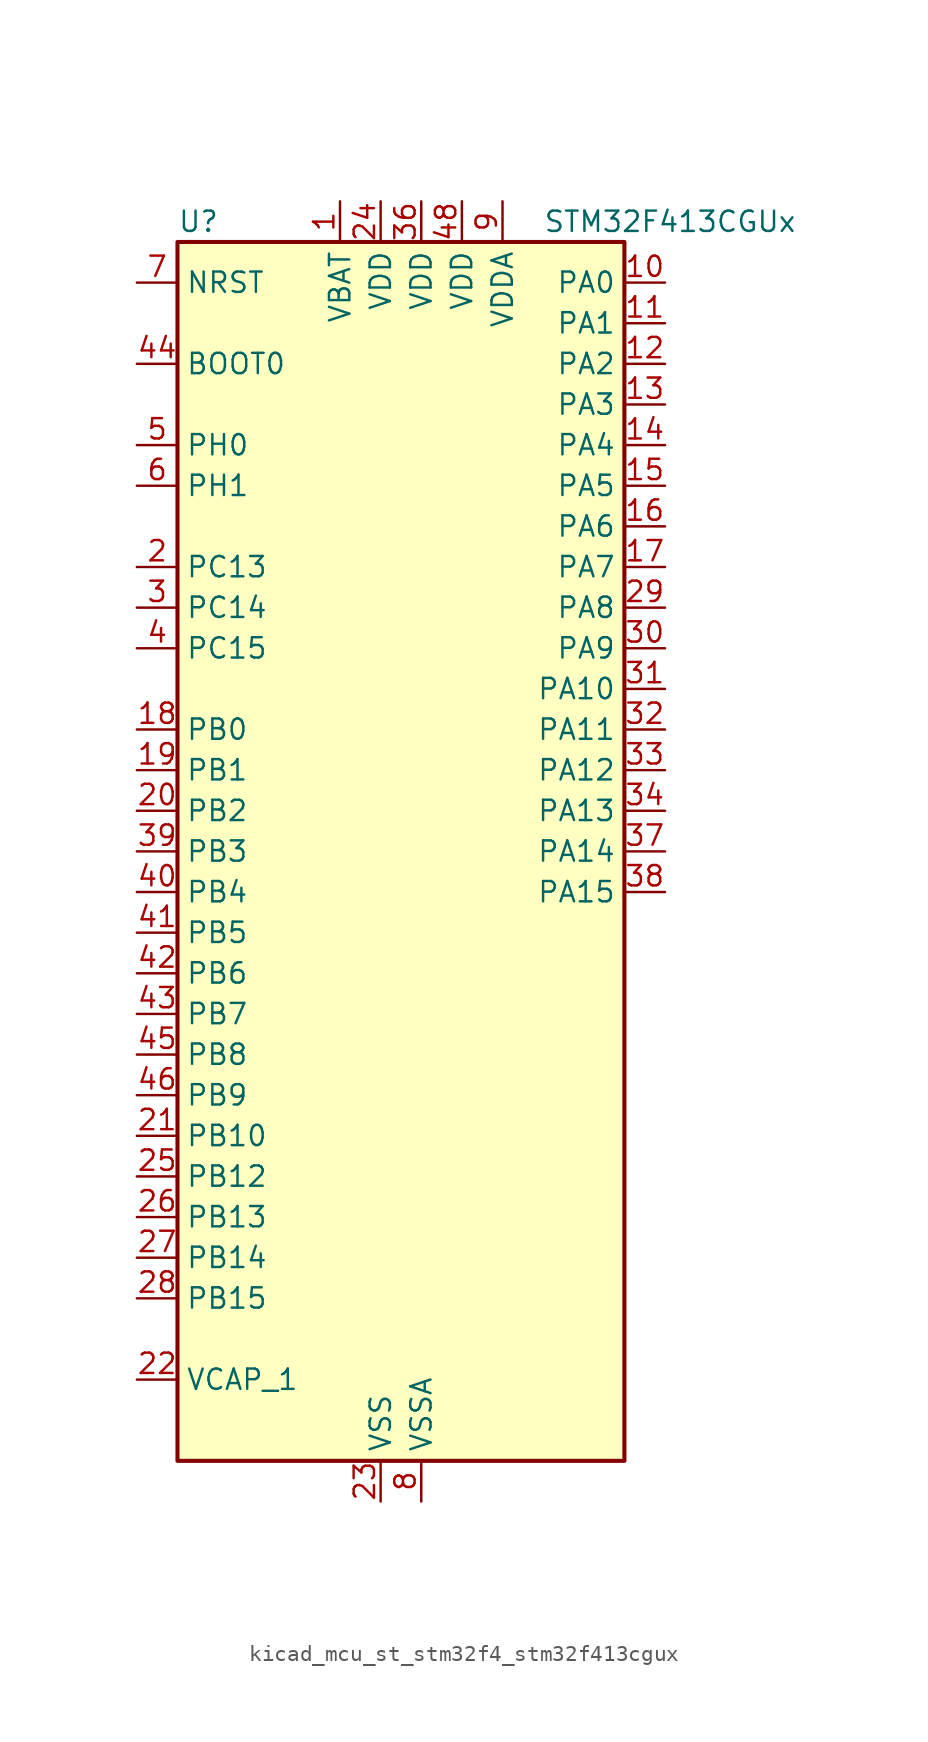
<source format=kicad_sym>
(kicad_symbol_lib
  (version 20220914)
  (generator kicad_symbol_editor)
  (symbol "kicad_mcu_st_stm32f4_stm32f413cgux"
    (property "Reference" "U"
      (at -12.7 39.37 0)
      (effects (font (size 1.27 1.27)) (justify left)))
    (property "Value" "STM32F413CGUx"
      (at 10.16 39.37 0)
      (effects (font (size 1.27 1.27)) (justify left)))
    (property "ki_locked" ""
      (at 0 0 0)
      (effects (font (size 1.27 1.27))))
    (symbol "kicad_mcu_st_stm32f4_stm32f413cgux_0_1"
      (rectangle (start -12.7 -38.1) (end 15.24 38.1) (stroke (width 0.254) (type default)) (fill (type background))))
    (symbol "kicad_mcu_st_stm32f4_stm32f413cgux_1_1"
      (pin power_in line (at -2.54 40.64 270) (length 2.54) (name "VBAT" (effects (font (size 1.27 1.27)))) (number "1" (effects (font (size 1.27 1.27)))))
      (pin bidirectional line (at 17.78 35.56 180) (length 2.54) (name "PA0" (effects (font (size 1.27 1.27)))) (number "10" (effects (font (size 1.27 1.27)))) (alternate "ADC1_IN0" bidirectional line) (alternate "SYS_WKUP1" bidirectional line) (alternate "TIM2_CH1" bidirectional line) (alternate "TIM2_ETR" bidirectional line) (alternate "TIM5_CH1" bidirectional line) (alternate "TIM8_ETR" bidirectional line) (alternate "UART4_TX" bidirectional line) (alternate "USART2_CTS" bidirectional line))
      (pin bidirectional line (at 17.78 33.02 180) (length 2.54) (name "PA1" (effects (font (size 1.27 1.27)))) (number "11" (effects (font (size 1.27 1.27)))) (alternate "ADC1_IN1" bidirectional line) (alternate "I2S4_SD" bidirectional line) (alternate "SPI4_MOSI" bidirectional line) (alternate "TIM2_CH2" bidirectional line) (alternate "TIM5_CH2" bidirectional line) (alternate "UART4_RX" bidirectional line) (alternate "USART2_RTS" bidirectional line))
      (pin bidirectional line (at 17.78 30.48 180) (length 2.54) (name "PA2" (effects (font (size 1.27 1.27)))) (number "12" (effects (font (size 1.27 1.27)))) (alternate "ADC1_IN2" bidirectional line) (alternate "I2S_CKIN" bidirectional line) (alternate "TIM2_CH3" bidirectional line) (alternate "TIM5_CH3" bidirectional line) (alternate "TIM9_CH1" bidirectional line) (alternate "USART2_TX" bidirectional line))
      (pin bidirectional line (at 17.78 27.94 180) (length 2.54) (name "PA3" (effects (font (size 1.27 1.27)))) (number "13" (effects (font (size 1.27 1.27)))) (alternate "ADC1_IN3" bidirectional line) (alternate "I2S2_MCK" bidirectional line) (alternate "SAI1_SD_B" bidirectional line) (alternate "TIM2_CH4" bidirectional line) (alternate "TIM5_CH4" bidirectional line) (alternate "TIM9_CH2" bidirectional line) (alternate "USART2_RX" bidirectional line))
      (pin bidirectional line (at 17.78 25.4 180) (length 2.54) (name "PA4" (effects (font (size 1.27 1.27)))) (number "14" (effects (font (size 1.27 1.27)))) (alternate "ADC1_IN4" bidirectional line) (alternate "DAC_OUT1" bidirectional line) (alternate "DFSDM1_DATIN1" bidirectional line) (alternate "I2S1_WS" bidirectional line) (alternate "I2S3_WS" bidirectional line) (alternate "SPI1_NSS" bidirectional line) (alternate "SPI3_NSS" bidirectional line) (alternate "USART2_CK" bidirectional line))
      (pin bidirectional line (at 17.78 22.86 180) (length 2.54) (name "PA5" (effects (font (size 1.27 1.27)))) (number "15" (effects (font (size 1.27 1.27)))) (alternate "ADC1_IN5" bidirectional line) (alternate "DAC_OUT2" bidirectional line) (alternate "DFSDM1_CKIN1" bidirectional line) (alternate "I2S1_CK" bidirectional line) (alternate "SPI1_SCK" bidirectional line) (alternate "TIM2_CH1" bidirectional line) (alternate "TIM2_ETR" bidirectional line) (alternate "TIM8_CH1N" bidirectional line))
      (pin bidirectional line (at 17.78 20.32 180) (length 2.54) (name "PA6" (effects (font (size 1.27 1.27)))) (number "16" (effects (font (size 1.27 1.27)))) (alternate "ADC1_IN6" bidirectional line) (alternate "DFSDM2_CKIN1" bidirectional line) (alternate "I2S2_MCK" bidirectional line) (alternate "SDIO_CMD" bidirectional line) (alternate "SPI1_MISO" bidirectional line) (alternate "TIM13_CH1" bidirectional line) (alternate "TIM1_BKIN" bidirectional line) (alternate "TIM3_CH1" bidirectional line) (alternate "TIM8_BKIN" bidirectional line))
      (pin bidirectional line (at 17.78 17.78 180) (length 2.54) (name "PA7" (effects (font (size 1.27 1.27)))) (number "17" (effects (font (size 1.27 1.27)))) (alternate "ADC1_IN7" bidirectional line) (alternate "DFSDM2_DATIN1" bidirectional line) (alternate "I2S1_SD" bidirectional line) (alternate "SPI1_MOSI" bidirectional line) (alternate "TIM14_CH1" bidirectional line) (alternate "TIM1_CH1N" bidirectional line) (alternate "TIM3_CH2" bidirectional line) (alternate "TIM8_CH1N" bidirectional line))
      (pin bidirectional line (at -15.24 7.62 0) (length 2.54) (name "PB0" (effects (font (size 1.27 1.27)))) (number "18" (effects (font (size 1.27 1.27)))) (alternate "ADC1_IN8" bidirectional line) (alternate "I2S5_CK" bidirectional line) (alternate "SPI5_SCK" bidirectional line) (alternate "TIM1_CH2N" bidirectional line) (alternate "TIM3_CH3" bidirectional line) (alternate "TIM8_CH2N" bidirectional line))
      (pin bidirectional line (at -15.24 5.08 0) (length 2.54) (name "PB1" (effects (font (size 1.27 1.27)))) (number "19" (effects (font (size 1.27 1.27)))) (alternate "ADC1_IN9" bidirectional line) (alternate "DFSDM1_DATIN0" bidirectional line) (alternate "I2S5_WS" bidirectional line) (alternate "SPI5_NSS" bidirectional line) (alternate "TIM1_CH3N" bidirectional line) (alternate "TIM3_CH4" bidirectional line) (alternate "TIM8_CH3N" bidirectional line))
      (pin bidirectional line (at -15.24 17.78 0) (length 2.54) (name "PC13" (effects (font (size 1.27 1.27)))) (number "2" (effects (font (size 1.27 1.27)))) (alternate "RTC_AF1" bidirectional line))
      (pin bidirectional line (at -15.24 2.54 0) (length 2.54) (name "PB2" (effects (font (size 1.27 1.27)))) (number "20" (effects (font (size 1.27 1.27)))) (alternate "DFSDM1_CKIN0" bidirectional line) (alternate "LPTIM1_OUT" bidirectional line))
      (pin bidirectional line (at -15.24 -17.78 0) (length 2.54) (name "PB10" (effects (font (size 1.27 1.27)))) (number "21" (effects (font (size 1.27 1.27)))) (alternate "DFSDM2_CKOUT" bidirectional line) (alternate "FMPI2C1_SCL" bidirectional line) (alternate "I2C2_SCL" bidirectional line) (alternate "I2S2_CK" bidirectional line) (alternate "I2S3_MCK" bidirectional line) (alternate "SDIO_D7" bidirectional line) (alternate "SPI2_SCK" bidirectional line) (alternate "TIM2_CH3" bidirectional line))
      (pin power_out line (at -15.24 -33.02 0) (length 2.54) (name "VCAP_1" (effects (font (size 1.27 1.27)))) (number "22" (effects (font (size 1.27 1.27)))))
      (pin power_in line (at 0 -40.64 90) (length 2.54) (name "VSS" (effects (font (size 1.27 1.27)))) (number "23" (effects (font (size 1.27 1.27)))))
      (pin power_in line (at 0 40.64 270) (length 2.54) (name "VDD" (effects (font (size 1.27 1.27)))) (number "24" (effects (font (size 1.27 1.27)))))
      (pin bidirectional line (at -15.24 -20.32 0) (length 2.54) (name "PB12" (effects (font (size 1.27 1.27)))) (number "25" (effects (font (size 1.27 1.27)))) (alternate "CAN2_RX" bidirectional line) (alternate "DFSDM1_DATIN1" bidirectional line) (alternate "I2C2_SMBA" bidirectional line) (alternate "I2S2_WS" bidirectional line) (alternate "I2S3_CK" bidirectional line) (alternate "I2S4_WS" bidirectional line) (alternate "SPI2_NSS" bidirectional line) (alternate "SPI3_SCK" bidirectional line) (alternate "SPI4_NSS" bidirectional line) (alternate "TIM1_BKIN" bidirectional line) (alternate "UART5_RX" bidirectional line))
      (pin bidirectional line (at -15.24 -22.86 0) (length 2.54) (name "PB13" (effects (font (size 1.27 1.27)))) (number "26" (effects (font (size 1.27 1.27)))) (alternate "CAN2_TX" bidirectional line) (alternate "DFSDM1_CKIN1" bidirectional line) (alternate "FMPI2C1_SMBA" bidirectional line) (alternate "I2S2_CK" bidirectional line) (alternate "I2S4_CK" bidirectional line) (alternate "SPI2_SCK" bidirectional line) (alternate "SPI4_SCK" bidirectional line) (alternate "TIM1_CH1N" bidirectional line) (alternate "UART5_TX" bidirectional line))
      (pin bidirectional line (at -15.24 -25.4 0) (length 2.54) (name "PB14" (effects (font (size 1.27 1.27)))) (number "27" (effects (font (size 1.27 1.27)))) (alternate "DFSDM1_DATIN2" bidirectional line) (alternate "FMPI2C1_SDA" bidirectional line) (alternate "I2S2_ext_SD" bidirectional line) (alternate "SDIO_D6" bidirectional line) (alternate "SPI2_MISO" bidirectional line) (alternate "TIM12_CH1" bidirectional line) (alternate "TIM1_CH2N" bidirectional line) (alternate "TIM8_CH2N" bidirectional line))
      (pin bidirectional line (at -15.24 -27.94 0) (length 2.54) (name "PB15" (effects (font (size 1.27 1.27)))) (number "28" (effects (font (size 1.27 1.27)))) (alternate "ADC1_EXTI15" bidirectional line) (alternate "DFSDM1_CKIN2" bidirectional line) (alternate "FMPI2C1_SCL" bidirectional line) (alternate "I2S2_SD" bidirectional line) (alternate "RTC_REFIN" bidirectional line) (alternate "SDIO_CK" bidirectional line) (alternate "SPI2_MOSI" bidirectional line) (alternate "TIM12_CH2" bidirectional line) (alternate "TIM1_CH3N" bidirectional line) (alternate "TIM8_CH3N" bidirectional line))
      (pin bidirectional line (at 17.78 15.24 180) (length 2.54) (name "PA8" (effects (font (size 1.27 1.27)))) (number "29" (effects (font (size 1.27 1.27)))) (alternate "CAN3_RX" bidirectional line) (alternate "DFSDM1_CKOUT" bidirectional line) (alternate "I2C3_SCL" bidirectional line) (alternate "RCC_MCO_1" bidirectional line) (alternate "SDIO_D1" bidirectional line) (alternate "TIM1_CH1" bidirectional line) (alternate "UART7_RX" bidirectional line) (alternate "USART1_CK" bidirectional line) (alternate "USB_OTG_FS_SOF" bidirectional line))
      (pin bidirectional line (at -15.24 15.24 0) (length 2.54) (name "PC14" (effects (font (size 1.27 1.27)))) (number "3" (effects (font (size 1.27 1.27)))) (alternate "RCC_OSC32_IN" bidirectional line))
      (pin bidirectional line (at 17.78 12.7 180) (length 2.54) (name "PA9" (effects (font (size 1.27 1.27)))) (number "30" (effects (font (size 1.27 1.27)))) (alternate "DAC_EXTI9" bidirectional line) (alternate "DFSDM2_CKIN3" bidirectional line) (alternate "I2C3_SMBA" bidirectional line) (alternate "I2S2_CK" bidirectional line) (alternate "SDIO_D2" bidirectional line) (alternate "SPI2_SCK" bidirectional line) (alternate "TIM1_CH2" bidirectional line) (alternate "USART1_TX" bidirectional line) (alternate "USB_OTG_FS_VBUS" bidirectional line))
      (pin bidirectional line (at 17.78 10.16 180) (length 2.54) (name "PA10" (effects (font (size 1.27 1.27)))) (number "31" (effects (font (size 1.27 1.27)))) (alternate "DFSDM2_DATIN3" bidirectional line) (alternate "I2S2_SD" bidirectional line) (alternate "I2S5_SD" bidirectional line) (alternate "SPI2_MOSI" bidirectional line) (alternate "SPI5_MOSI" bidirectional line) (alternate "TIM1_CH3" bidirectional line) (alternate "USART1_RX" bidirectional line) (alternate "USB_OTG_FS_ID" bidirectional line))
      (pin bidirectional line (at 17.78 7.62 180) (length 2.54) (name "PA11" (effects (font (size 1.27 1.27)))) (number "32" (effects (font (size 1.27 1.27)))) (alternate "ADC1_EXTI11" bidirectional line) (alternate "CAN1_RX" bidirectional line) (alternate "DFSDM2_CKIN5" bidirectional line) (alternate "I2S2_WS" bidirectional line) (alternate "SPI2_NSS" bidirectional line) (alternate "SPI4_MISO" bidirectional line) (alternate "TIM1_CH4" bidirectional line) (alternate "UART4_RX" bidirectional line) (alternate "USART1_CTS" bidirectional line) (alternate "USART6_TX" bidirectional line) (alternate "USB_OTG_FS_DM" bidirectional line))
      (pin bidirectional line (at 17.78 5.08 180) (length 2.54) (name "PA12" (effects (font (size 1.27 1.27)))) (number "33" (effects (font (size 1.27 1.27)))) (alternate "CAN1_TX" bidirectional line) (alternate "DFSDM2_DATIN5" bidirectional line) (alternate "SPI2_MISO" bidirectional line) (alternate "SPI5_MISO" bidirectional line) (alternate "TIM1_ETR" bidirectional line) (alternate "UART4_TX" bidirectional line) (alternate "USART1_RTS" bidirectional line) (alternate "USART6_RX" bidirectional line) (alternate "USB_OTG_FS_DP" bidirectional line))
      (pin bidirectional line (at 17.78 2.54 180) (length 2.54) (name "PA13" (effects (font (size 1.27 1.27)))) (number "34" (effects (font (size 1.27 1.27)))) (alternate "SYS_JTMS-SWDIO" bidirectional line))
      (pin passive line (at 0 -40.64 90) (length 2.54) hide (name "VSS" (effects (font (size 1.27 1.27)))) (number "35" (effects (font (size 1.27 1.27)))))
      (pin power_in line (at 2.54 40.64 270) (length 2.54) (name "VDD" (effects (font (size 1.27 1.27)))) (number "36" (effects (font (size 1.27 1.27)))))
      (pin bidirectional line (at 17.78 0 180) (length 2.54) (name "PA14" (effects (font (size 1.27 1.27)))) (number "37" (effects (font (size 1.27 1.27)))) (alternate "SYS_JTCK-SWCLK" bidirectional line))
      (pin bidirectional line (at 17.78 -2.54 180) (length 2.54) (name "PA15" (effects (font (size 1.27 1.27)))) (number "38" (effects (font (size 1.27 1.27)))) (alternate "ADC1_EXTI15" bidirectional line) (alternate "CAN3_TX" bidirectional line) (alternate "I2S1_WS" bidirectional line) (alternate "I2S3_WS" bidirectional line) (alternate "SAI1_MCLK_A" bidirectional line) (alternate "SPI1_NSS" bidirectional line) (alternate "SPI3_NSS" bidirectional line) (alternate "SYS_JTDI" bidirectional line) (alternate "TIM2_CH1" bidirectional line) (alternate "TIM2_ETR" bidirectional line) (alternate "UART7_TX" bidirectional line) (alternate "USART1_TX" bidirectional line))
      (pin bidirectional line (at -15.24 0 0) (length 2.54) (name "PB3" (effects (font (size 1.27 1.27)))) (number "39" (effects (font (size 1.27 1.27)))) (alternate "CAN3_RX" bidirectional line) (alternate "FMPI2C1_SDA" bidirectional line) (alternate "I2C2_SDA" bidirectional line) (alternate "I2S1_CK" bidirectional line) (alternate "I2S3_CK" bidirectional line) (alternate "SAI1_SD_A" bidirectional line) (alternate "SPI1_SCK" bidirectional line) (alternate "SPI3_SCK" bidirectional line) (alternate "SYS_JTDO-SWO" bidirectional line) (alternate "TIM2_CH2" bidirectional line) (alternate "UART7_RX" bidirectional line) (alternate "USART1_RX" bidirectional line))
      (pin bidirectional line (at -15.24 12.7 0) (length 2.54) (name "PC15" (effects (font (size 1.27 1.27)))) (number "4" (effects (font (size 1.27 1.27)))) (alternate "ADC1_EXTI15" bidirectional line) (alternate "RCC_OSC32_OUT" bidirectional line))
      (pin bidirectional line (at -15.24 -2.54 0) (length 2.54) (name "PB4" (effects (font (size 1.27 1.27)))) (number "40" (effects (font (size 1.27 1.27)))) (alternate "CAN3_TX" bidirectional line) (alternate "I2C3_SDA" bidirectional line) (alternate "I2S3_ext_SD" bidirectional line) (alternate "SAI1_SCK_A" bidirectional line) (alternate "SDIO_D0" bidirectional line) (alternate "SPI1_MISO" bidirectional line) (alternate "SPI3_MISO" bidirectional line) (alternate "SYS_JTRST" bidirectional line) (alternate "TIM3_CH1" bidirectional line) (alternate "UART7_TX" bidirectional line))
      (pin bidirectional line (at -15.24 -5.08 0) (length 2.54) (name "PB5" (effects (font (size 1.27 1.27)))) (number "41" (effects (font (size 1.27 1.27)))) (alternate "CAN2_RX" bidirectional line) (alternate "I2C1_SMBA" bidirectional line) (alternate "I2S1_SD" bidirectional line) (alternate "I2S3_SD" bidirectional line) (alternate "LPTIM1_IN1" bidirectional line) (alternate "SAI1_FS_A" bidirectional line) (alternate "SDIO_D3" bidirectional line) (alternate "SPI1_MOSI" bidirectional line) (alternate "SPI3_MOSI" bidirectional line) (alternate "TIM3_CH2" bidirectional line) (alternate "UART5_RX" bidirectional line))
      (pin bidirectional line (at -15.24 -7.62 0) (length 2.54) (name "PB6" (effects (font (size 1.27 1.27)))) (number "42" (effects (font (size 1.27 1.27)))) (alternate "CAN2_TX" bidirectional line) (alternate "DFSDM2_CKIN7" bidirectional line) (alternate "I2C1_SCL" bidirectional line) (alternate "LPTIM1_ETR" bidirectional line) (alternate "SDIO_D0" bidirectional line) (alternate "TIM4_CH1" bidirectional line) (alternate "UART5_TX" bidirectional line) (alternate "USART1_TX" bidirectional line))
      (pin bidirectional line (at -15.24 -10.16 0) (length 2.54) (name "PB7" (effects (font (size 1.27 1.27)))) (number "43" (effects (font (size 1.27 1.27)))) (alternate "DFSDM2_DATIN7" bidirectional line) (alternate "I2C1_SDA" bidirectional line) (alternate "LPTIM1_IN2" bidirectional line) (alternate "TIM4_CH2" bidirectional line) (alternate "USART1_RX" bidirectional line))
      (pin input line (at -15.24 30.48 0) (length 2.54) (name "BOOT0" (effects (font (size 1.27 1.27)))) (number "44" (effects (font (size 1.27 1.27)))))
      (pin bidirectional line (at -15.24 -12.7 0) (length 2.54) (name "PB8" (effects (font (size 1.27 1.27)))) (number "45" (effects (font (size 1.27 1.27)))) (alternate "CAN1_RX" bidirectional line) (alternate "DFSDM2_CKIN1" bidirectional line) (alternate "I2C1_SCL" bidirectional line) (alternate "I2C3_SDA" bidirectional line) (alternate "I2S5_SD" bidirectional line) (alternate "LPTIM1_OUT" bidirectional line) (alternate "SDIO_D4" bidirectional line) (alternate "SPI5_MOSI" bidirectional line) (alternate "TIM10_CH1" bidirectional line) (alternate "TIM4_CH3" bidirectional line) (alternate "UART5_RX" bidirectional line))
      (pin bidirectional line (at -15.24 -15.24 0) (length 2.54) (name "PB9" (effects (font (size 1.27 1.27)))) (number "46" (effects (font (size 1.27 1.27)))) (alternate "CAN1_TX" bidirectional line) (alternate "DAC_EXTI9" bidirectional line) (alternate "DFSDM2_DATIN1" bidirectional line) (alternate "I2C1_SDA" bidirectional line) (alternate "I2C2_SDA" bidirectional line) (alternate "I2S2_WS" bidirectional line) (alternate "SDIO_D5" bidirectional line) (alternate "SPI2_NSS" bidirectional line) (alternate "TIM11_CH1" bidirectional line) (alternate "TIM4_CH4" bidirectional line) (alternate "UART5_TX" bidirectional line))
      (pin passive line (at 0 -40.64 90) (length 2.54) hide (name "VSS" (effects (font (size 1.27 1.27)))) (number "47" (effects (font (size 1.27 1.27)))))
      (pin power_in line (at 5.08 40.64 270) (length 2.54) (name "VDD" (effects (font (size 1.27 1.27)))) (number "48" (effects (font (size 1.27 1.27)))))
      (pin passive line (at 0 -40.64 90) (length 2.54) hide (name "VSS" (effects (font (size 1.27 1.27)))) (number "49" (effects (font (size 1.27 1.27)))))
      (pin bidirectional line (at -15.24 25.4 0) (length 2.54) (name "PH0" (effects (font (size 1.27 1.27)))) (number "5" (effects (font (size 1.27 1.27)))) (alternate "RCC_OSC_IN" bidirectional line))
      (pin bidirectional line (at -15.24 22.86 0) (length 2.54) (name "PH1" (effects (font (size 1.27 1.27)))) (number "6" (effects (font (size 1.27 1.27)))) (alternate "RCC_OSC_OUT" bidirectional line))
      (pin input line (at -15.24 35.56 0) (length 2.54) (name "NRST" (effects (font (size 1.27 1.27)))) (number "7" (effects (font (size 1.27 1.27)))))
      (pin power_in line (at 2.54 -40.64 90) (length 2.54) (name "VSSA" (effects (font (size 1.27 1.27)))) (number "8" (effects (font (size 1.27 1.27)))))
      (pin power_in line (at 7.62 40.64 270) (length 2.54) (name "VDDA" (effects (font (size 1.27 1.27)))) (number "9" (effects (font (size 1.27 1.27))))))))
</source>
